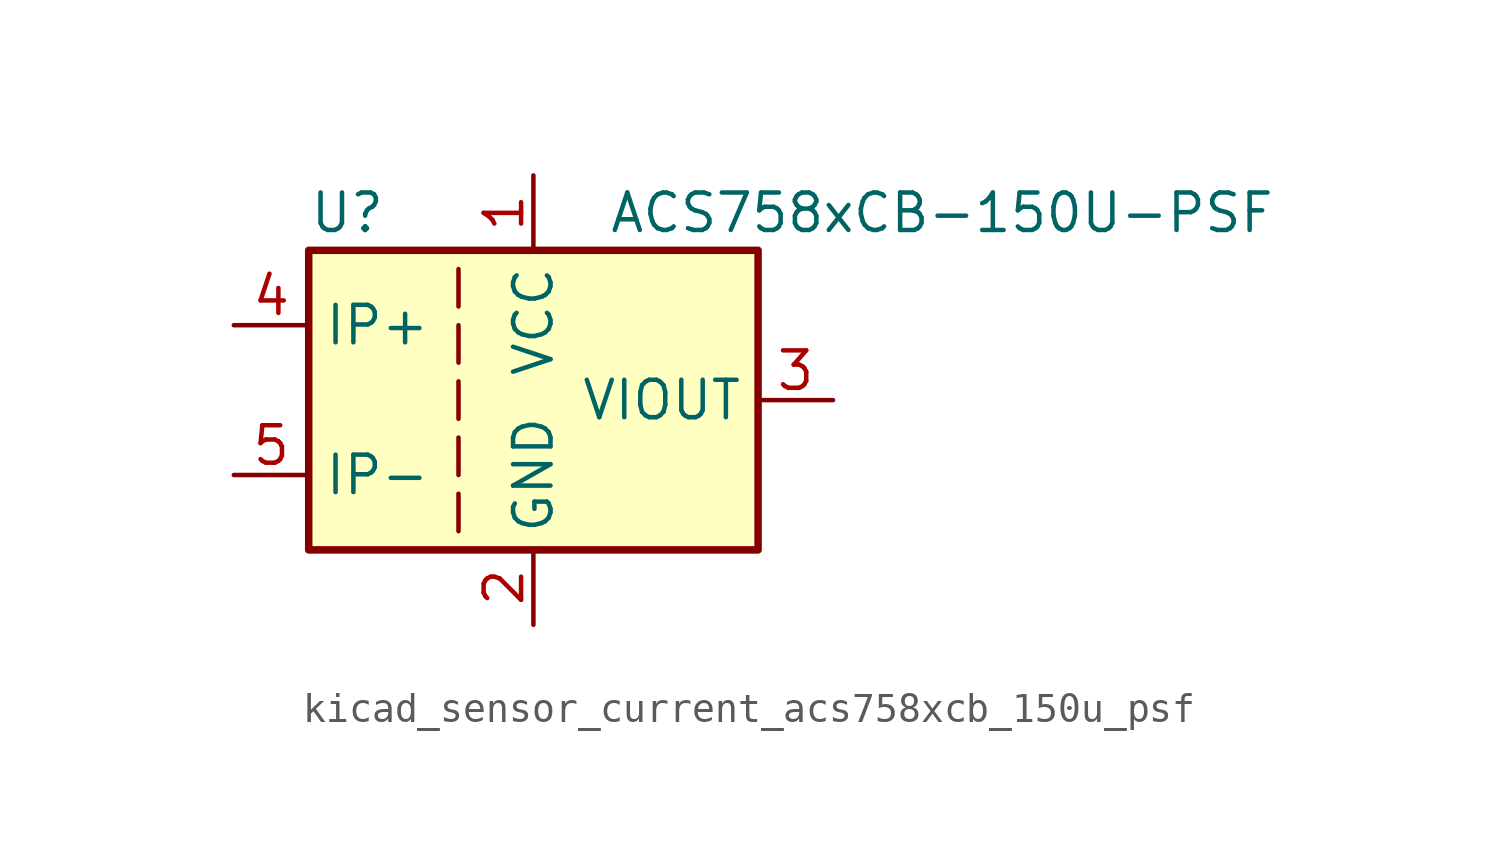
<source format=kicad_sym>
(kicad_symbol_lib
  (version 20220914)
  (generator kicad_symbol_editor)
  (symbol "kicad_sensor_current_acs758xcb_150u_psf"
    (property "Reference" "U"
      (at -7.62 6.35 0)
      (effects (font (size 1.27 1.27)) (justify left)))
    (property "Value" "ACS758xCB-150U-PSF"
      (at 2.54 6.35 0)
      (effects (font (size 1.27 1.27)) (justify left)))
    (symbol "kicad_sensor_current_acs758xcb_150u_psf_0_1"
      (rectangle (start -7.62 5.08) (end 7.62 -5.08) (stroke (width 0.254) (type default)) (fill (type background)))
      (polyline (pts (xy -2.54 -3.175) (xy -2.54 -4.445)) (stroke (width 0) (type default)) (fill (type none)))
      (polyline (pts (xy -2.54 -1.27) (xy -2.54 -2.54)) (stroke (width 0) (type default)) (fill (type none)))
      (polyline (pts (xy -2.54 0.635) (xy -2.54 -0.635)) (stroke (width 0) (type default)) (fill (type none)))
      (polyline (pts (xy -2.54 1.27) (xy -2.54 2.54)) (stroke (width 0) (type default)) (fill (type none)))
      (polyline (pts (xy -2.54 3.175) (xy -2.54 4.445)) (stroke (width 0) (type default)) (fill (type none))))
    (symbol "kicad_sensor_current_acs758xcb_150u_psf_1_1"
      (pin power_in line (at 0 7.62 270) (length 2.54) (name "VCC" (effects (font (size 1.27 1.27)))) (number "1" (effects (font (size 1.27 1.27)))))
      (pin power_in line (at 0 -7.62 90) (length 2.54) (name "GND" (effects (font (size 1.27 1.27)))) (number "2" (effects (font (size 1.27 1.27)))))
      (pin output line (at 10.16 0 180) (length 2.54) (name "VIOUT" (effects (font (size 1.27 1.27)))) (number "3" (effects (font (size 1.27 1.27)))))
      (pin passive line (at -10.16 2.54 0) (length 2.54) (name "IP+" (effects (font (size 1.27 1.27)))) (number "4" (effects (font (size 1.27 1.27)))))
      (pin passive line (at -10.16 -2.54 0) (length 2.54) (name "IP-" (effects (font (size 1.27 1.27)))) (number "5" (effects (font (size 1.27 1.27))))))))
</source>
